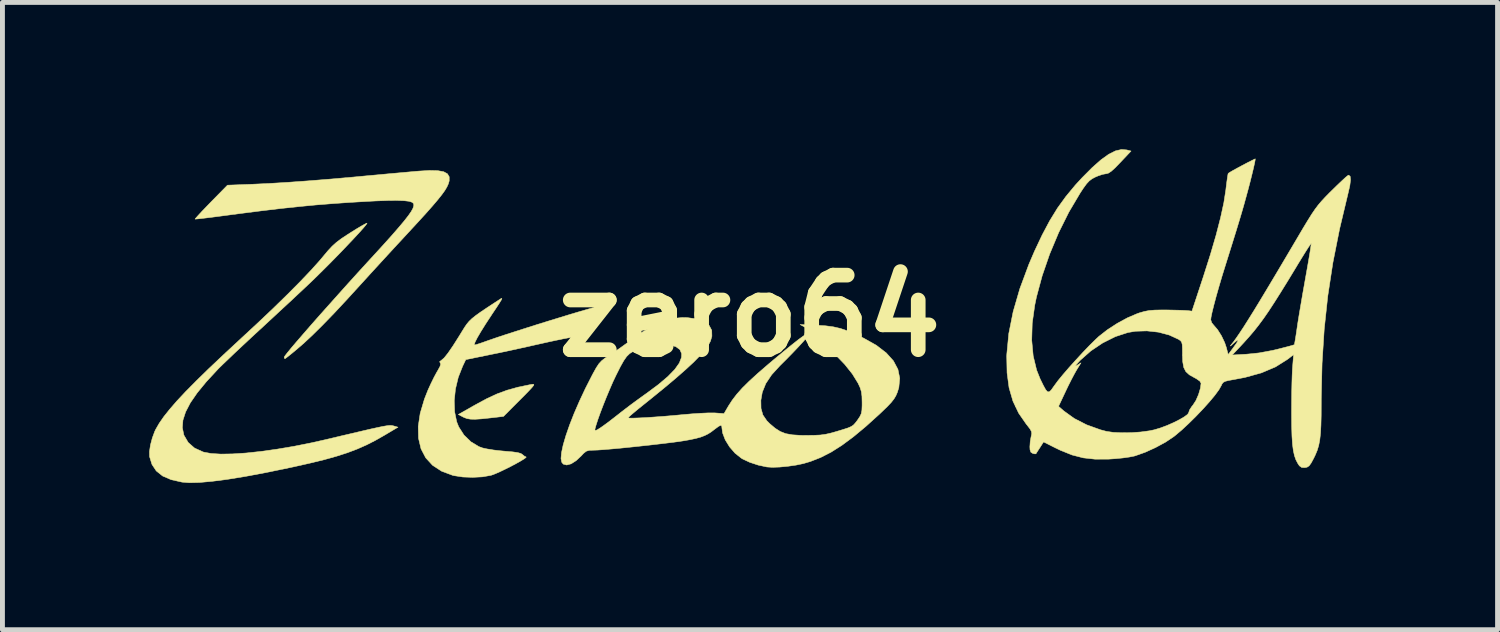
<source format=kicad_pcb>
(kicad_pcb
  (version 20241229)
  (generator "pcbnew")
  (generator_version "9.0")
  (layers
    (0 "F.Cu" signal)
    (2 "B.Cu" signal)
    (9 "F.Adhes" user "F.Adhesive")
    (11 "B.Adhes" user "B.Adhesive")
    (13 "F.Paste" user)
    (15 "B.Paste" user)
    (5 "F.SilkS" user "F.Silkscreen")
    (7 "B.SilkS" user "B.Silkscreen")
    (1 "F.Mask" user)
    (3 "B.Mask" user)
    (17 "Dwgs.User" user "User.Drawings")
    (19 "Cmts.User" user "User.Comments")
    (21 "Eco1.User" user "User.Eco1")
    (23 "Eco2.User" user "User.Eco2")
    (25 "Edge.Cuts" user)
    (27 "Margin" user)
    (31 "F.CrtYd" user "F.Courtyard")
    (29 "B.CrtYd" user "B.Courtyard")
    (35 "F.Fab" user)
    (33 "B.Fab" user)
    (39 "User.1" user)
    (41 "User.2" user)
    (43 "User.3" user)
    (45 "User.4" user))
  (footprint "zero64"
    (layer "F.Cu")
    (at 12.27 3.408)
    (property "Reference" "zero64" (at 0 0 0) (layer "F.SilkS") (effects (font (size 1.524 1.524) (thickness 0.3))))
    (attr through_hole)
    (fp_poly (pts (xy -4.409 1.4) (xy -4.414 1.42) (xy -4.445 1.459) (xy -4.505 1.524) (xy -4.598 1.62) (xy -4.695 1.717) (xy -5.03 2.053) (xy -5.31 2.085) (xy -5.481 2.103) (xy -5.609 2.111) (xy -5.703 2.109) (xy -5.776 2.097) (xy -5.838 2.073) (xy -5.862 2.061) (xy -5.952 2.013) (xy -5.612 1.82) (xy -5.375 1.692) (xy -5.162 1.593) (xy -4.955 1.517) (xy -4.736 1.456) (xy -4.486 1.404) (xy -4.459 1.399) (xy -4.425 1.395) (xy -4.409 1.4)) (stroke (width 0.01) (type solid)) (fill yes) (layer "F.SilkS"))
    (fp_poly (pts (xy -6.373 -2.97) (xy -6.252 -2.948) (xy -6.175 -2.906) (xy -6.139 -2.845) (xy -6.139 -2.762) (xy -6.141 -2.753) (xy -6.158 -2.697) (xy -6.186 -2.636) (xy -6.228 -2.565) (xy -6.29 -2.479) (xy -6.373 -2.375) (xy -6.481 -2.248) (xy -6.617 -2.094) (xy -6.786 -1.909) (xy -6.99 -1.688) (xy -7.024 -1.651) (xy -7.193 -1.469) (xy -7.379 -1.267) (xy -7.57 -1.059) (xy -7.753 -0.859) (xy -7.914 -0.682) (xy -7.957 -0.635) (xy -8.243 -0.322) (xy -8.497 -0.05) (xy -8.723 0.183) (xy -8.923 0.381) (xy -9.1 0.547) (xy -9.237 0.666) (xy -9.336 0.749) (xy -9.419 0.816) (xy -9.476 0.86) (xy -9.498 0.875) (xy -9.51 0.852) (xy -9.511 0.84) (xy -9.492 0.81) (xy -9.439 0.742) (xy -9.356 0.641) (xy -9.245 0.511) (xy -9.11 0.355) (xy -8.956 0.178) (xy -8.785 -0.016) (xy -8.601 -0.222) (xy -8.408 -0.438) (xy -8.21 -0.659) (xy -8.01 -0.88) (xy -7.811 -1.098) (xy -7.718 -1.199) (xy -7.501 -1.436) (xy -7.321 -1.636) (xy -7.176 -1.803) (xy -7.061 -1.939) (xy -6.975 -2.049) (xy -6.915 -2.135) (xy -6.879 -2.202) (xy -6.863 -2.253) (xy -6.865 -2.291) (xy -6.866 -2.295) (xy -6.895 -2.323) (xy -6.958 -2.344) (xy -7.061 -2.356) (xy -7.206 -2.362) (xy -7.398 -2.36) (xy -7.64 -2.351) (xy -7.776 -2.344) (xy -8.155 -2.322) (xy -8.514 -2.297) (xy -8.865 -2.269) (xy -9.218 -2.235) (xy -9.586 -2.196) (xy -9.98 -2.149) (xy -10.411 -2.094) (xy -10.692 -2.057) (xy -10.874 -2.033) (xy -11.036 -2.012) (xy -11.17 -1.996) (xy -11.269 -1.985) (xy -11.323 -1.98) (xy -11.332 -1.981) (xy -11.316 -2.003) (xy -11.267 -2.058) (xy -11.191 -2.14) (xy -11.093 -2.242) (xy -11.006 -2.332) (xy -10.671 -2.673) (xy -10.168 -2.692) (xy -9.823 -2.708) (xy -9.444 -2.731) (xy -9.026 -2.761) (xy -8.564 -2.798) (xy -8.054 -2.843) (xy -7.832 -2.864) (xy -7.611 -2.884) (xy -7.388 -2.905) (xy -7.175 -2.924) (xy -6.986 -2.941) (xy -6.832 -2.955) (xy -6.759 -2.961) (xy -6.541 -2.974) (xy -6.373 -2.97)) (stroke (width 0.01) (type solid)) (fill yes) (layer "F.SilkS"))
    (fp_poly (pts (xy -7.818 -1.897) (xy -7.837 -1.866) (xy -7.89 -1.802) (xy -7.973 -1.709) (xy -8.079 -1.594) (xy -8.203 -1.463) (xy -8.339 -1.32) (xy -8.482 -1.173) (xy -8.626 -1.027) (xy -8.767 -0.887) (xy -8.897 -0.759) (xy -8.946 -0.712) (xy -9.076 -0.589) (xy -9.238 -0.437) (xy -9.421 -0.266) (xy -9.617 -0.085) (xy -9.814 0.098) (xy -10.002 0.272) (xy -10.019 0.287) (xy -10.192 0.447) (xy -10.36 0.604) (xy -10.517 0.751) (xy -10.655 0.883) (xy -10.769 0.992) (xy -10.85 1.071) (xy -10.869 1.091) (xy -11.103 1.344) (xy -11.29 1.572) (xy -11.431 1.777) (xy -11.527 1.962) (xy -11.581 2.129) (xy -11.593 2.283) (xy -11.564 2.425) (xy -11.559 2.44) (xy -11.474 2.585) (xy -11.345 2.699) (xy -11.174 2.777) (xy -11.156 2.783) (xy -11.005 2.811) (xy -10.807 2.823) (xy -10.567 2.819) (xy -10.29 2.801) (xy -9.984 2.768) (xy -9.655 2.722) (xy -9.307 2.663) (xy -8.947 2.591) (xy -8.65 2.524) (xy -8.352 2.453) (xy -8.103 2.395) (xy -7.9 2.347) (xy -7.736 2.309) (xy -7.608 2.281) (xy -7.509 2.26) (xy -7.435 2.247) (xy -7.382 2.239) (xy -7.343 2.237) (xy -7.314 2.239) (xy -7.29 2.243) (xy -7.276 2.247) (xy -7.186 2.273) (xy -7.458 2.435) (xy -7.644 2.541) (xy -7.828 2.635) (xy -8.016 2.718) (xy -8.219 2.795) (xy -8.443 2.867) (xy -8.697 2.938) (xy -8.989 3.009) (xy -9.327 3.085) (xy -9.412 3.103) (xy -9.881 3.2) (xy -10.298 3.278) (xy -10.665 3.338) (xy -10.98 3.379) (xy -11.243 3.403) (xy -11.453 3.408) (xy -11.599 3.396) (xy -11.822 3.346) (xy -11.996 3.271) (xy -12.126 3.167) (xy -12.214 3.034) (xy -12.263 2.875) (xy -12.265 2.772) (xy -12.245 2.638) (xy -12.207 2.494) (xy -12.156 2.356) (xy -12.137 2.317) (xy -12.066 2.194) (xy -11.972 2.058) (xy -11.85 1.905) (xy -11.7 1.732) (xy -11.518 1.538) (xy -11.302 1.32) (xy -11.05 1.074) (xy -10.758 0.798) (xy -10.437 0.5) (xy -10.072 0.162) (xy -9.74 -0.152) (xy -9.444 -0.441) (xy -9.184 -0.703) (xy -8.964 -0.934) (xy -8.785 -1.133) (xy -8.714 -1.218) (xy -8.615 -1.336) (xy -8.53 -1.427) (xy -8.445 -1.504) (xy -8.344 -1.58) (xy -8.214 -1.666) (xy -8.154 -1.704) (xy -8.034 -1.779) (xy -7.933 -1.839) (xy -7.859 -1.88) (xy -7.821 -1.897) (xy -7.818 -1.897)) (stroke (width 0.01) (type solid)) (fill yes) (layer "F.SilkS"))
    (fp_poly (pts (xy -5.062 -0.354) (xy -5.076 -0.324) (xy -5.113 -0.264) (xy -5.174 -0.17) (xy -5.264 -0.036) (xy -5.278 -0.014) (xy -5.397 0.167) (xy -5.493 0.321) (xy -5.565 0.444) (xy -5.61 0.533) (xy -5.626 0.583) (xy -5.62 0.593) (xy -5.579 0.583) (xy -5.504 0.559) (xy -5.441 0.537) (xy -5.323 0.495) (xy -5.169 0.442) (xy -4.985 0.381) (xy -4.779 0.315) (xy -4.558 0.244) (xy -4.328 0.171) (xy -4.095 0.099) (xy -3.867 0.029) (xy -3.651 -0.037) (xy -3.452 -0.096) (xy -3.279 -0.146) (xy -3.137 -0.186) (xy -3.034 -0.213) (xy -2.977 -0.225) (xy -2.971 -0.226) (xy -2.975 -0.207) (xy -3.014 -0.154) (xy -3.08 -0.074) (xy -3.169 0.026) (xy -3.235 0.097) (xy -3.539 0.42) (xy -3.724 0.451) (xy -3.819 0.469) (xy -3.954 0.497) (xy -4.112 0.531) (xy -4.277 0.568) (xy -4.332 0.58) (xy -4.509 0.62) (xy -4.721 0.667) (xy -4.946 0.716) (xy -5.164 0.762) (xy -5.278 0.785) (xy -5.8 0.892) (xy -5.865 1.028) (xy -5.954 1.254) (xy -6.011 1.492) (xy -6.036 1.732) (xy -6.028 1.959) (xy -5.986 2.162) (xy -5.945 2.266) (xy -5.837 2.434) (xy -5.695 2.572) (xy -5.533 2.67) (xy -5.456 2.698) (xy -5.364 2.718) (xy -5.235 2.739) (xy -5.088 2.756) (xy -4.99 2.765) (xy -4.839 2.778) (xy -4.736 2.793) (xy -4.673 2.811) (xy -4.641 2.833) (xy -4.595 2.871) (xy -4.569 2.879) (xy -4.567 2.89) (xy -4.606 2.92) (xy -4.678 2.964) (xy -4.774 3.018) (xy -4.883 3.076) (xy -4.998 3.133) (xy -5.108 3.186) (xy -5.205 3.228) (xy -5.279 3.255) (xy -5.291 3.258) (xy -5.461 3.288) (xy -5.659 3.298) (xy -5.86 3.291) (xy -6.037 3.264) (xy -6.068 3.257) (xy -6.295 3.172) (xy -6.479 3.052) (xy -6.619 2.899) (xy -6.715 2.715) (xy -6.766 2.5) (xy -6.772 2.258) (xy -6.732 1.99) (xy -6.645 1.697) (xy -6.573 1.515) (xy -6.514 1.386) (xy -6.451 1.257) (xy -6.394 1.151) (xy -6.377 1.123) (xy -6.328 1.034) (xy -6.312 0.981) (xy -6.323 0.959) (xy -6.335 0.934) (xy -6.298 0.905) (xy -6.242 0.857) (xy -6.163 0.758) (xy -6.061 0.61) (xy -5.937 0.414) (xy -5.872 0.308) (xy -5.825 0.232) (xy -5.781 0.168) (xy -5.733 0.11) (xy -5.675 0.054) (xy -5.599 -0.007) (xy -5.499 -0.079) (xy -5.368 -0.167) (xy -5.199 -0.278) (xy -5.123 -0.327) (xy -5.088 -0.35) (xy -5.067 -0.36) (xy -5.062 -0.354)) (stroke (width 0.01) (type solid)) (fill yes) (layer "F.SilkS"))
    (fp_poly (pts (xy -1.272 0.034) (xy -1.078 0.061) (xy -0.929 0.114) (xy -0.827 0.192) (xy -0.773 0.293) (xy -0.77 0.415) (xy -0.8 0.516) (xy -0.846 0.602) (xy -0.916 0.7) (xy -1.014 0.812) (xy -1.142 0.943) (xy -1.304 1.093) (xy -1.502 1.267) (xy -1.739 1.466) (xy -2.019 1.694) (xy -2.166 1.812) (xy -2.279 1.903) (xy -2.374 1.982) (xy -2.444 2.042) (xy -2.48 2.077) (xy -2.484 2.082) (xy -2.457 2.087) (xy -2.382 2.088) (xy -2.266 2.084) (xy -2.117 2.077) (xy -1.943 2.065) (xy -1.751 2.051) (xy -1.55 2.034) (xy -1.347 2.015) (xy -1.345 2.015) (xy -1.174 2) (xy -1.007 1.989) (xy -0.858 1.982) (xy -0.744 1.981) (xy -0.705 1.982) (xy -0.522 1.995) (xy -0.429 1.836) (xy -0.353 1.719) (xy -0.261 1.599) (xy -0.147 1.471) (xy -0.005 1.331) (xy 0.17 1.171) (xy 0.383 0.987) (xy 0.486 0.9) (xy 0.694 0.728) (xy 0.862 0.591) (xy 0.995 0.486) (xy 1.096 0.412) (xy 1.166 0.366) (xy 1.211 0.345) (xy 1.231 0.347) (xy 1.22 0.374) (xy 1.174 0.434) (xy 1.098 0.522) (xy 0.997 0.632) (xy 0.878 0.757) (xy 0.745 0.893) (xy 0.621 1.016) (xy 0.451 1.202) (xy 0.332 1.38) (xy 0.26 1.558) (xy 0.231 1.723) (xy 0.234 1.889) (xy 0.272 2.023) (xy 0.353 2.142) (xy 0.413 2.202) (xy 0.523 2.295) (xy 0.627 2.361) (xy 0.739 2.405) (xy 0.873 2.429) (xy 1.04 2.44) (xy 1.157 2.441) (xy 1.32 2.439) (xy 1.446 2.433) (xy 1.555 2.418) (xy 1.665 2.393) (xy 1.778 2.361) (xy 1.916 2.319) (xy 2.012 2.288) (xy 2.077 2.26) (xy 2.122 2.23) (xy 2.159 2.19) (xy 2.201 2.136) (xy 2.212 2.12) (xy 2.256 2.054) (xy 2.283 1.996) (xy 2.296 1.927) (xy 2.3 1.828) (xy 2.3 1.768) (xy 2.297 1.641) (xy 2.285 1.547) (xy 2.259 1.463) (xy 2.217 1.373) (xy 2.101 1.185) (xy 1.944 0.988) (xy 1.756 0.793) (xy 1.591 0.65) (xy 1.487 0.561) (xy 1.393 0.475) (xy 1.321 0.403) (xy 1.296 0.373) (xy 1.224 0.296) (xy 1.139 0.233) (xy 1.13 0.228) (xy 1.033 0.176) (xy 1.37 0.19) (xy 1.554 0.201) (xy 1.711 0.222) (xy 1.856 0.255) (xy 2.006 0.306) (xy 2.176 0.379) (xy 2.335 0.455) (xy 2.591 0.599) (xy 2.793 0.754) (xy 2.94 0.917) (xy 3.032 1.09) (xy 3.069 1.272) (xy 3.051 1.461) (xy 3.021 1.559) (xy 2.99 1.631) (xy 2.951 1.696) (xy 2.896 1.766) (xy 2.817 1.85) (xy 2.706 1.957) (xy 2.658 2.003) (xy 2.376 2.258) (xy 2.121 2.47) (xy 1.886 2.644) (xy 1.665 2.784) (xy 1.453 2.892) (xy 1.244 2.974) (xy 1.098 3.017) (xy 0.95 3.048) (xy 0.783 3.072) (xy 0.615 3.088) (xy 0.466 3.093) (xy 0.353 3.086) (xy 0.353 3.086) (xy 0.177 3.048) (xy 0.004 2.991) (xy -0.143 2.922) (xy -0.169 2.906) (xy -0.297 2.804) (xy -0.409 2.675) (xy -0.497 2.532) (xy -0.551 2.391) (xy -0.564 2.296) (xy -0.569 2.249) (xy -0.589 2.235) (xy -0.632 2.255) (xy -0.708 2.311) (xy -0.728 2.326) (xy -0.788 2.372) (xy -0.85 2.411) (xy -0.919 2.445) (xy -1 2.476) (xy -1.099 2.503) (xy -1.221 2.529) (xy -1.371 2.555) (xy -1.554 2.581) (xy -1.776 2.608) (xy -2.043 2.639) (xy -2.358 2.673) (xy -2.455 2.683) (xy -2.641 2.702) (xy -2.817 2.718) (xy -2.973 2.731) (xy -3.097 2.74) (xy -3.178 2.743) (xy -3.184 2.743) (xy -3.276 2.746) (xy -3.337 2.764) (xy -3.393 2.808) (xy -3.436 2.855) (xy -3.545 2.957) (xy -3.647 3.022) (xy -3.737 3.046) (xy -3.807 3.028) (xy -3.838 2.991) (xy -3.854 2.914) (xy -3.843 2.792) (xy -3.809 2.634) (xy -3.753 2.443) (xy -3.713 2.328) (xy -3.161 2.328) (xy -3.151 2.341) (xy -3.115 2.328) (xy -3.048 2.286) (xy -2.981 2.239) (xy -2.888 2.171) (xy -2.774 2.083) (xy -2.66 1.994) (xy -2.639 1.977) (xy -2.539 1.9) (xy -2.41 1.802) (xy -2.265 1.696) (xy -2.122 1.593) (xy -2.103 1.58) (xy -1.86 1.399) (xy -1.669 1.237) (xy -1.528 1.092) (xy -1.436 0.962) (xy -1.391 0.846) (xy -1.388 0.77) (xy -1.424 0.688) (xy -1.505 0.628) (xy -1.624 0.591) (xy -1.772 0.579) (xy -1.942 0.593) (xy -2.127 0.633) (xy -2.159 0.643) (xy -2.281 0.683) (xy -2.374 0.721) (xy -2.449 0.767) (xy -2.512 0.828) (xy -2.572 0.914) (xy -2.639 1.033) (xy -2.72 1.194) (xy -2.732 1.218) (xy -2.792 1.344) (xy -2.857 1.494) (xy -2.925 1.656) (xy -2.991 1.821) (xy -3.051 1.978) (xy -3.101 2.118) (xy -3.138 2.232) (xy -3.159 2.308) (xy -3.161 2.328) (xy -3.713 2.328) (xy -3.678 2.227) (xy -3.585 1.99) (xy -3.476 1.739) (xy -3.354 1.479) (xy -3.22 1.216) (xy -3.2 1.178) (xy -3.134 1.059) (xy -3.08 0.977) (xy -3.024 0.916) (xy -2.954 0.861) (xy -2.881 0.814) (xy -2.781 0.748) (xy -2.653 0.66) (xy -2.518 0.563) (xy -2.418 0.489) (xy -2.177 0.319) (xy -1.961 0.192) (xy -1.761 0.103) (xy -1.57 0.051) (xy -1.379 0.032) (xy -1.272 0.034)) (stroke (width 0.01) (type solid)) (fill yes) (layer "F.SilkS"))
    (fp_poly (pts (xy 7.708 -3.394) (xy 7.797 -3.371) (xy 7.578 -3.139) (xy 7.472 -3.029) (xy 7.393 -2.958) (xy 7.334 -2.919) (xy 7.288 -2.907) (xy 7.285 -2.907) (xy 7.218 -2.895) (xy 7.125 -2.864) (xy 7.068 -2.84) (xy 7 -2.804) (xy 6.943 -2.761) (xy 6.887 -2.701) (xy 6.822 -2.612) (xy 6.754 -2.508) (xy 6.526 -2.123) (xy 6.317 -1.703) (xy 6.133 -1.264) (xy 5.98 -0.82) (xy 5.864 -0.389) (xy 5.829 -0.221) (xy 5.777 0.148) (xy 5.767 0.496) (xy 5.797 0.817) (xy 5.867 1.106) (xy 5.938 1.284) (xy 6.004 1.419) (xy 6.052 1.506) (xy 6.089 1.549) (xy 6.124 1.551) (xy 6.163 1.517) (xy 6.212 1.448) (xy 6.23 1.423) (xy 6.302 1.325) (xy 6.406 1.198) (xy 6.532 1.052) (xy 6.671 0.898) (xy 6.812 0.745) (xy 6.948 0.603) (xy 7.069 0.484) (xy 7.138 0.419) (xy 7.312 0.283) (xy 7.515 0.151) (xy 7.725 0.037) (xy 7.924 -0.048) (xy 7.973 -0.065) (xy 8.072 -0.093) (xy 8.167 -0.111) (xy 8.276 -0.12) (xy 8.414 -0.123) (xy 8.523 -0.123) (xy 8.667 -0.12) (xy 8.797 -0.117) (xy 8.899 -0.113) (xy 8.959 -0.109) (xy 9.042 -0.099) (xy 9.275 -0.804) (xy 9.418 -1.253) (xy 9.535 -1.653) (xy 9.626 -2.005) (xy 9.693 -2.312) (xy 9.734 -2.574) (xy 9.738 -2.61) (xy 9.753 -2.731) (xy 9.767 -2.831) (xy 9.778 -2.896) (xy 9.783 -2.914) (xy 9.811 -2.933) (xy 9.877 -2.972) (xy 9.97 -3.023) (xy 10.076 -3.08) (xy 10.184 -3.137) (xy 10.282 -3.186) (xy 10.335 -3.212) (xy 10.334 -3.189) (xy 10.321 -3.12) (xy 10.297 -3.013) (xy 10.264 -2.877) (xy 10.228 -2.732) (xy 10.186 -2.572) (xy 10.145 -2.422) (xy 10.104 -2.273) (xy 10.059 -2.117) (xy 10.008 -1.946) (xy 9.949 -1.752) (xy 9.879 -1.527) (xy 9.796 -1.261) (xy 9.728 -1.044) (xy 9.658 -0.819) (xy 9.594 -0.602) (xy 9.537 -0.402) (xy 9.49 -0.225) (xy 9.454 -0.08) (xy 9.432 0.025) (xy 9.426 0.078) (xy 9.446 0.138) (xy 9.482 0.183) (xy 9.564 0.278) (xy 9.645 0.406) (xy 9.711 0.545) (xy 9.744 0.643) (xy 9.782 0.789) (xy 9.886 0.649) (xy 9.954 0.555) (xy 9.984 0.502) (xy 9.977 0.492) (xy 9.933 0.524) (xy 9.885 0.566) (xy 9.838 0.607) (xy 9.824 0.614) (xy 9.839 0.593) (xy 9.889 0.531) (xy 9.947 0.451) (xy 10.016 0.35) (xy 10.098 0.226) (xy 10.194 0.074) (xy 10.307 -0.107) (xy 10.438 -0.322) (xy 10.589 -0.573) (xy 10.763 -0.864) (xy 10.96 -1.196) (xy 11.184 -1.575) (xy 11.204 -1.609) (xy 11.319 -1.804) (xy 11.413 -1.959) (xy 11.49 -2.082) (xy 11.558 -2.182) (xy 11.622 -2.267) (xy 11.689 -2.346) (xy 11.764 -2.427) (xy 11.855 -2.52) (xy 11.897 -2.561) (xy 12.007 -2.669) (xy 12.104 -2.761) (xy 12.18 -2.831) (xy 12.229 -2.871) (xy 12.243 -2.879) (xy 12.275 -2.855) (xy 12.283 -2.783) (xy 12.268 -2.662) (xy 12.232 -2.505) (xy 12.06 -1.783) (xy 11.922 -1.089) (xy 11.818 -0.41) (xy 11.745 0.271) (xy 11.701 0.967) (xy 11.684 1.692) (xy 11.684 1.78) (xy 11.683 2.032) (xy 11.678 2.235) (xy 11.669 2.4) (xy 11.654 2.535) (xy 11.632 2.647) (xy 11.602 2.747) (xy 11.562 2.843) (xy 11.529 2.911) (xy 11.477 3.007) (xy 11.436 3.063) (xy 11.395 3.09) (xy 11.35 3.099) (xy 11.285 3.096) (xy 11.238 3.063) (xy 11.206 3.015) (xy 11.167 2.941) (xy 11.137 2.856) (xy 11.114 2.752) (xy 11.097 2.622) (xy 11.086 2.458) (xy 11.08 2.254) (xy 11.078 2.002) (xy 11.078 1.961) (xy 11.079 1.757) (xy 11.081 1.553) (xy 11.085 1.364) (xy 11.09 1.202) (xy 11.096 1.08) (xy 11.098 1.052) (xy 11.119 0.791) (xy 10.988 0.891) (xy 10.749 1.041) (xy 10.461 1.163) (xy 10.124 1.256) (xy 9.898 1.299) (xy 9.786 1.319) (xy 9.718 1.337) (xy 9.677 1.361) (xy 9.652 1.397) (xy 9.64 1.425) (xy 9.592 1.509) (xy 9.509 1.622) (xy 9.398 1.755) (xy 9.267 1.901) (xy 9.124 2.051) (xy 8.977 2.196) (xy 8.833 2.33) (xy 8.699 2.443) (xy 8.671 2.465) (xy 8.501 2.579) (xy 8.298 2.689) (xy 8.085 2.786) (xy 7.884 2.857) (xy 7.86 2.864) (xy 7.763 2.883) (xy 7.628 2.902) (xy 7.474 2.917) (xy 7.338 2.926) (xy 7.064 2.927) (xy 6.821 2.9) (xy 6.591 2.841) (xy 6.353 2.745) (xy 6.257 2.699) (xy 6.009 2.574) (xy 5.934 2.691) (xy 5.889 2.76) (xy 5.859 2.807) (xy 5.852 2.818) (xy 5.824 2.818) (xy 5.788 2.809) (xy 5.749 2.784) (xy 5.732 2.733) (xy 5.729 2.672) (xy 5.736 2.57) (xy 5.753 2.472) (xy 5.756 2.46) (xy 5.767 2.407) (xy 5.761 2.361) (xy 5.731 2.307) (xy 5.671 2.229) (xy 5.658 2.214) (xy 5.5 1.986) (xy 5.434 1.847) (xy 6.315 1.847) (xy 6.424 1.942) (xy 6.636 2.095) (xy 6.89 2.225) (xy 7.174 2.327) (xy 7.295 2.359) (xy 7.433 2.379) (xy 7.607 2.387) (xy 7.801 2.385) (xy 7.996 2.371) (xy 8.173 2.347) (xy 8.269 2.327) (xy 8.397 2.289) (xy 8.533 2.238) (xy 8.667 2.179) (xy 8.788 2.118) (xy 8.887 2.06) (xy 8.953 2.011) (xy 8.975 1.976) (xy 8.992 1.922) (xy 9.037 1.852) (xy 9.062 1.822) (xy 9.123 1.728) (xy 9.177 1.604) (xy 9.215 1.475) (xy 9.228 1.376) (xy 9.203 1.332) (xy 9.13 1.281) (xy 9.096 1.263) (xy 8.989 1.203) (xy 8.917 1.137) (xy 8.874 1.052) (xy 8.853 0.935) (xy 8.848 0.798) (xy 9.864 0.798) (xy 10.16 0.781) (xy 10.415 0.755) (xy 10.689 0.704) (xy 10.791 0.68) (xy 10.92 0.647) (xy 11.028 0.619) (xy 11.102 0.598) (xy 11.134 0.587) (xy 11.134 0.587) (xy 11.141 0.557) (xy 11.154 0.483) (xy 11.171 0.376) (xy 11.189 0.254) (xy 11.207 0.132) (xy 11.234 -0.034) (xy 11.267 -0.229) (xy 11.303 -0.441) (xy 11.342 -0.659) (xy 11.362 -0.773) (xy 11.396 -0.964) (xy 11.426 -1.136) (xy 11.451 -1.282) (xy 11.468 -1.393) (xy 11.478 -1.463) (xy 11.479 -1.484) (xy 11.463 -1.464) (xy 11.421 -1.403) (xy 11.36 -1.307) (xy 11.284 -1.184) (xy 11.196 -1.04) (xy 11.177 -1.008) (xy 11.004 -0.723) (xy 10.854 -0.481) (xy 10.724 -0.275) (xy 10.609 -0.099) (xy 10.504 0.053) (xy 10.404 0.188) (xy 10.307 0.311) (xy 10.206 0.429) (xy 10.098 0.549) (xy 10.034 0.618) (xy 9.864 0.798) (xy 8.848 0.798) (xy 8.848 0.783) (xy 8.847 0.662) (xy 8.843 0.584) (xy 8.831 0.536) (xy 8.809 0.506) (xy 8.772 0.48) (xy 8.763 0.475) (xy 8.576 0.389) (xy 8.357 0.331) (xy 8.121 0.305) (xy 7.887 0.312) (xy 7.733 0.338) (xy 7.476 0.422) (xy 7.218 0.551) (xy 6.975 0.714) (xy 6.762 0.902) (xy 6.745 0.92) (xy 6.683 0.987) (xy 6.661 1.019) (xy 6.676 1.018) (xy 6.696 1.006) (xy 6.774 0.958) (xy 6.688 1.097) (xy 6.641 1.18) (xy 6.579 1.297) (xy 6.511 1.432) (xy 6.459 1.541) (xy 6.315 1.847) (xy 5.434 1.847) (xy 5.383 1.74) (xy 5.304 1.468) (xy 5.263 1.163) (xy 5.256 0.821) (xy 5.258 0.778) (xy 5.298 0.36) (xy 5.387 -0.086) (xy 5.524 -0.558) (xy 5.709 -1.056) (xy 5.823 -1.322) (xy 5.98 -1.655) (xy 6.134 -1.945) (xy 6.293 -2.204) (xy 6.466 -2.443) (xy 6.659 -2.676) (xy 6.799 -2.828) (xy 7.003 -3.033) (xy 7.182 -3.191) (xy 7.339 -3.304) (xy 7.478 -3.374) (xy 7.602 -3.403) (xy 7.708 -3.394)) (stroke (width 0.01) (type solid)) (fill yes) (layer "F.SilkS")))
  (gr_rect
    (start -3 -3)
    (end 27.558 9.821)
    (stroke (width 0.1) (type default))
    (fill no)
    (layer "Edge.Cuts")))
</source>
